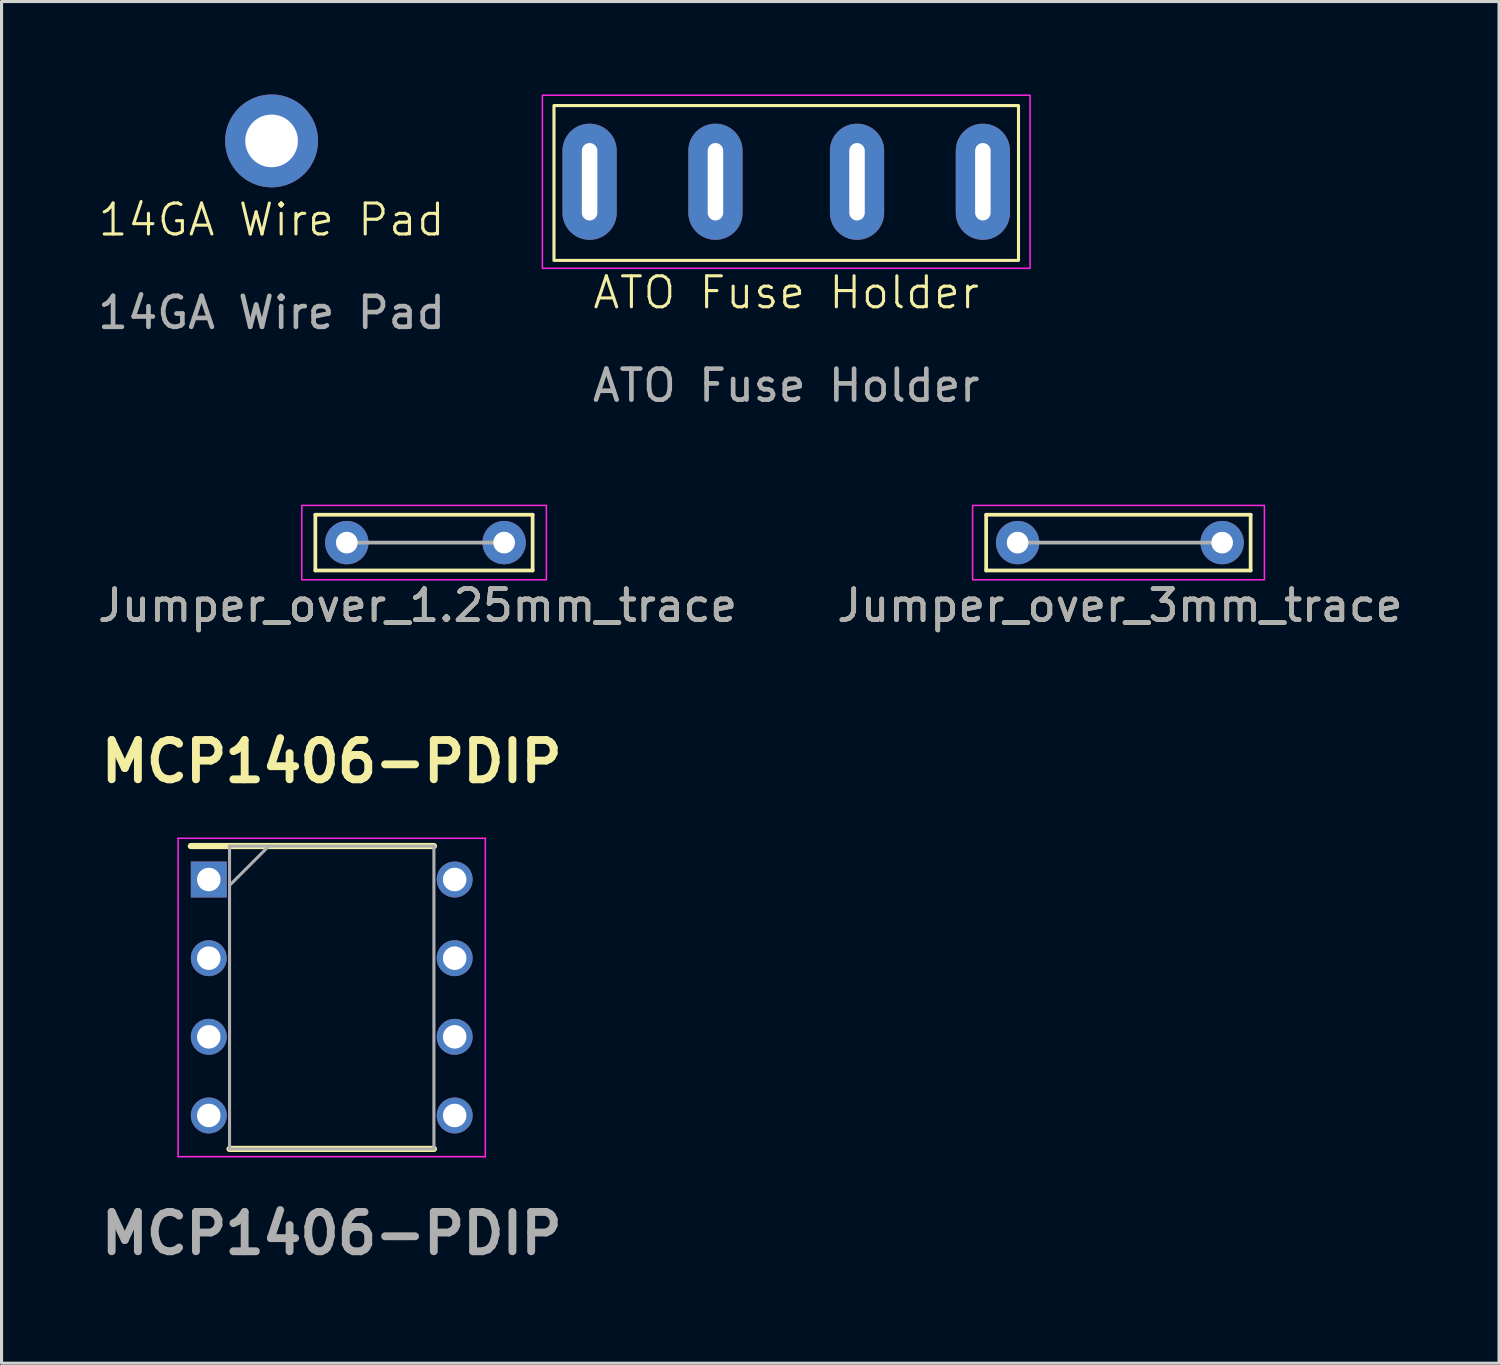
<source format=kicad_pcb>
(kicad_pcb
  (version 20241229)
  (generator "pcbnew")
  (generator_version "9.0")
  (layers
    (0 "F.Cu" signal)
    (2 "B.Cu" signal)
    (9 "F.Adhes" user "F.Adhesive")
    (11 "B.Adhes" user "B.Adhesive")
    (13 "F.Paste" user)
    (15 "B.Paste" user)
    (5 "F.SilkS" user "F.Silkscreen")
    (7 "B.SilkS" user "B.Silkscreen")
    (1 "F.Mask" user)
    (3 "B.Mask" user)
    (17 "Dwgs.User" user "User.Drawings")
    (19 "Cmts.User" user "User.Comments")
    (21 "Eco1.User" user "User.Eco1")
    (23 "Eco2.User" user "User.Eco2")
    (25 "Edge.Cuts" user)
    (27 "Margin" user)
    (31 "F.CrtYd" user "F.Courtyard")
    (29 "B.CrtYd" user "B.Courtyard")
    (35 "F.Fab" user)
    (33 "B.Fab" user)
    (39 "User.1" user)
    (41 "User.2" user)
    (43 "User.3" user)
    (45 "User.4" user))
  (footprint "ATO Fuse Holder"
    (layer "F.Cu")
    (at 22.339 5.359)
    (property "Reference" "ATO Fuse Holder" (at 0 1.04 0) (unlocked yes) (layer "F.SilkS") (effects (font (size 1 1) (thickness 0.1))))
    (attr through_hole)
    (fp_rect (start -7.5 -5) (end 7.5 0) (stroke (width 0.1) (type default)) (fill no) (layer "F.SilkS"))
    (fp_rect (start -7.874 -5.334) (end 7.874 0.254) (stroke (width 0.05) (type default)) (fill no) (layer "F.CrtYd"))
    (fp_text user "${REFERENCE}" (at 0 4.04 0) (unlocked yes) (layer "F.Fab") (effects (font (size 1 1) (thickness 0.15))))
    (pad "1" thru_hole oval (at -6.35 -2.54) (size 1.75 3.75) (drill oval 0.5 2.5) (layers "*.Cu" "*.Mask"))
    (pad "1" thru_hole oval (at -2.286 -2.54) (size 1.75 3.75) (drill oval 0.5 2.5) (layers "*.Cu" "*.Mask"))
    (pad "2" thru_hole oval (at 2.286 -2.54) (size 1.75 3.75) (drill oval 0.5 2.5) (layers "*.Cu" "*.Mask"))
    (pad "2" thru_hole oval (at 6.35 -2.54) (size 1.75 3.75) (drill oval 0.5 2.5) (layers "*.Cu" "*.Mask")))
  (footprint "Jumper_over_3mm_trace"
    (layer "F.Cu")
    (at 31.335 14.472)
    (property "Reference" "Jumper_over_3mm_trace" (at 1.778 2.032 0) (layer "F.SilkS") (effects (font (size 1 1) (thickness 0.15))))
    (attr through_hole)
    (fp_line (start -2.54 -0.9) (end 6 -0.9) (stroke (width 0.12) (type solid)) (layer "F.SilkS"))
    (fp_line (start -2.54 0.9) (end -2.54 -0.9) (stroke (width 0.12) (type solid)) (layer "F.SilkS"))
    (fp_line (start 6 -0.9) (end 6 0.9) (stroke (width 0.12) (type solid)) (layer "F.SilkS"))
    (fp_line (start 6 0.9) (end -2.54 0.9) (stroke (width 0.12) (type solid)) (layer "F.SilkS"))
    (fp_rect (start -2.978 -1.2) (end 6.445 1.2) (stroke (width 0.05) (type default)) (fill no) (layer "F.CrtYd"))
    (fp_line (start 5.08 0) (end -1.524 0) (stroke (width 0.12) (type solid)) (layer "F.Fab"))
    (fp_text user "${REFERENCE}" (at 1.778 2.032 0) (layer "F.Fab") (effects (font (size 1 1) (thickness 0.15))))
    (pad "1" thru_hole circle (at -1.524 0) (size 1.4 1.4) (drill 0.7) (layers "*.Cu" "*.Mask"))
    (pad "2" thru_hole circle (at 5.08 0) (size 1.4 1.4) (drill 0.7) (layers "*.Cu" "*.Mask")))
  (footprint "Jumper_over_1.25mm_trace"
    (layer "F.Cu")
    (at 8.149 14.472)
    (property "Reference" "Jumper_over_1.25mm_trace" (at 2.286 2.032 0) (layer "F.SilkS") (effects (font (size 1 1) (thickness 0.15))))
    (attr through_hole)
    (fp_line (start -1.016 -0.9) (end 6 -0.9) (stroke (width 0.12) (type solid)) (layer "F.SilkS"))
    (fp_line (start -1.016 0.9) (end -1.016 -0.9) (stroke (width 0.12) (type solid)) (layer "F.SilkS"))
    (fp_line (start 6 -0.9) (end 6 0.9) (stroke (width 0.12) (type solid)) (layer "F.SilkS"))
    (fp_line (start 6 0.9) (end -1.016 0.9) (stroke (width 0.12) (type solid)) (layer "F.SilkS"))
    (fp_rect (start -1.454 -1.2) (end 6.445 1.2) (stroke (width 0.05) (type default)) (fill no) (layer "F.CrtYd"))
    (fp_line (start 5.08 0) (end 0 0) (stroke (width 0.12) (type solid)) (layer "F.Fab"))
    (fp_text user "${REFERENCE}" (at 2.286 2.032 0) (layer "F.Fab") (effects (font (size 1 1) (thickness 0.15))))
    (pad "1" thru_hole circle (at 0 0) (size 1.4 1.4) (drill 0.7) (layers "*.Cu" "*.Mask"))
    (pad "2" thru_hole circle (at 5.08 0) (size 1.4 1.4) (drill 0.7) (layers "*.Cu" "*.Mask")))
  (footprint "14GA Wire Pad"
    (layer "F.Cu")
    (at 5.72 4.548)
    (property "Reference" "14GA Wire Pad" (at 0 -0.5 0) (unlocked yes) (layer "F.SilkS") (effects (font (size 1 1) (thickness 0.1))))
    (attr through_hole)
    (fp_text user "${REFERENCE}" (at 0 2.5 0) (unlocked yes) (layer "F.Fab") (effects (font (size 1 1) (thickness 0.15))))
    (pad "1" thru_hole circle (at 0 -3.048) (size 3 3) (drill 1.7) (layers "*.Cu" "*.Mask")))
  (footprint "MCP1406-PDIP"
    (layer "F.Cu")
    (at 7.662 29.161)
    (property "Reference" "MCP1406-PDIP" (at 0 -7.62 0) (layer "F.SilkS") (effects (font (size 1.27 1.27) (thickness 0.254))))
    (attr through_hole)
    (fp_line (start -4.55 -4.89) (end 3.3 -4.89) (stroke (width 0.2) (type solid)) (layer "F.SilkS"))
    (fp_line (start -3.3 4.89) (end 3.3 4.89) (stroke (width 0.2) (type solid)) (layer "F.SilkS"))
    (fp_line (start -4.96 -5.14) (end 4.96 -5.14) (stroke (width 0.05) (type solid)) (layer "F.CrtYd"))
    (fp_line (start -4.96 5.14) (end -4.96 -5.14) (stroke (width 0.05) (type solid)) (layer "F.CrtYd"))
    (fp_line (start 4.96 -5.14) (end 4.96 5.14) (stroke (width 0.05) (type solid)) (layer "F.CrtYd"))
    (fp_line (start 4.96 5.14) (end -4.96 5.14) (stroke (width 0.05) (type solid)) (layer "F.CrtYd"))
    (fp_line (start -3.3 -4.89) (end 3.3 -4.89) (stroke (width 0.1) (type solid)) (layer "F.Fab"))
    (fp_line (start -3.3 -3.62) (end -2.03 -4.89) (stroke (width 0.1) (type solid)) (layer "F.Fab"))
    (fp_line (start -3.3 4.89) (end -3.3 -4.89) (stroke (width 0.1) (type solid)) (layer "F.Fab"))
    (fp_line (start 3.3 -4.89) (end 3.3 4.89) (stroke (width 0.1) (type solid)) (layer "F.Fab"))
    (fp_line (start 3.3 4.89) (end -3.3 4.89) (stroke (width 0.1) (type solid)) (layer "F.Fab"))
    (fp_text user "${REFERENCE}" (at 0 7.62 0) (layer "F.Fab") (effects (font (size 1.27 1.27) (thickness 0.254))))
    (pad "1" thru_hole rect (at -3.97 -3.81) (size 1.16 1.16) (drill 0.76) (layers "*.Cu" "*.Mask"))
    (pad "2" thru_hole circle (at -3.97 -1.27) (size 1.16 1.16) (drill 0.76) (layers "*.Cu" "*.Mask"))
    (pad "3" thru_hole circle (at -3.97 1.27) (size 1.16 1.16) (drill 0.76) (layers "*.Cu" "*.Mask"))
    (pad "4" thru_hole circle (at -3.97 3.81) (size 1.16 1.16) (drill 0.76) (layers "*.Cu" "*.Mask"))
    (pad "5" thru_hole circle (at 3.97 3.81) (size 1.16 1.16) (drill 0.76) (layers "*.Cu" "*.Mask"))
    (pad "6" thru_hole circle (at 3.97 1.27) (size 1.16 1.16) (drill 0.76) (layers "*.Cu" "*.Mask"))
    (pad "7" thru_hole circle (at 3.97 -1.27) (size 1.16 1.16) (drill 0.76) (layers "*.Cu" "*.Mask"))
    (pad "8" thru_hole circle (at 3.97 -3.81) (size 1.16 1.16) (drill 0.76) (layers "*.Cu" "*.Mask")))
  (gr_rect
    (start -3 -3)
    (end 45.357 40.97)
    (stroke (width 0.1) (type default))
    (fill no)
    (layer "Edge.Cuts")))
</source>
